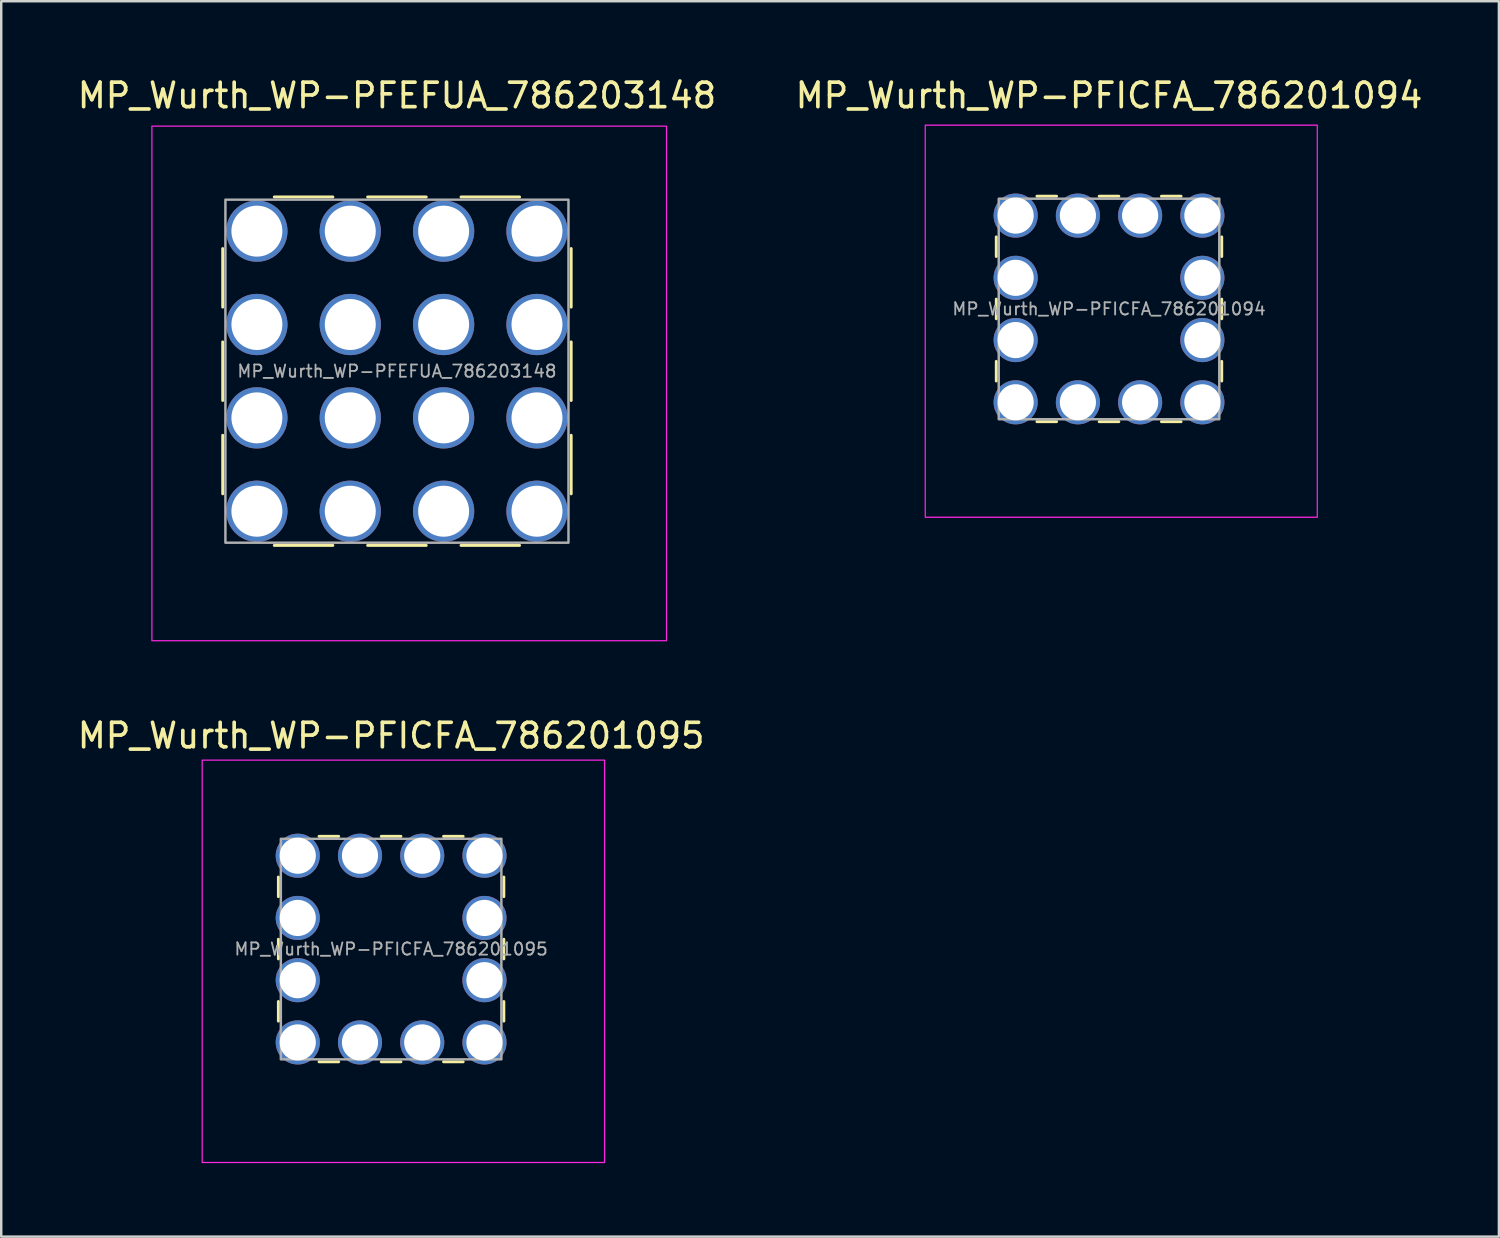
<source format=kicad_pcb>
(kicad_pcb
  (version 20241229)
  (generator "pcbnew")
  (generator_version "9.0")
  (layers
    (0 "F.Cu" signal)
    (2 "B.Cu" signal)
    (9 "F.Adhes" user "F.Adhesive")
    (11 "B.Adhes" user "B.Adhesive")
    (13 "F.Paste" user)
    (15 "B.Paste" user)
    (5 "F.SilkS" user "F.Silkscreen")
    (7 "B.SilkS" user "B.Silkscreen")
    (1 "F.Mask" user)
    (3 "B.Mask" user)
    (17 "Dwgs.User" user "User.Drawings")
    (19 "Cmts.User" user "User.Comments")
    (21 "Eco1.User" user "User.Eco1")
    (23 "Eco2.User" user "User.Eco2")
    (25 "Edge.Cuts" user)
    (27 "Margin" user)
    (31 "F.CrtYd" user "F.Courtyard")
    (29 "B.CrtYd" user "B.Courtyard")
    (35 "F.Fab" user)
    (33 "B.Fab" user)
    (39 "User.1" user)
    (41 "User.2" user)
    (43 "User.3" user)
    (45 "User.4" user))
  (footprint "MP_Wurth_WP-PFICFA_786201094"
    (layer "F.Cu")
    (at 42.208 9.558)
    (property "Reference" "MP_Wurth_WP-PFICFA_786201094" (at 0 -8.71 0) (unlocked yes) (layer "F.SilkS") (effects (font (size 1 1) (thickness 0.15))))
    (attr through_hole)
    (fp_line (start -4.6 -2.14) (end -4.6 -2.94) (stroke (width 0.12) (type solid)) (layer "F.SilkS"))
    (fp_line (start -4.6 0.4) (end -4.6 -0.4) (stroke (width 0.12) (type solid)) (layer "F.SilkS"))
    (fp_line (start -4.6 2.94) (end -4.6 2.14) (stroke (width 0.12) (type solid)) (layer "F.SilkS"))
    (fp_line (start -2.94 -4.6) (end -2.14 -4.6) (stroke (width 0.12) (type solid)) (layer "F.SilkS"))
    (fp_line (start -2.14 4.6) (end -2.94 4.6) (stroke (width 0.12) (type solid)) (layer "F.SilkS"))
    (fp_line (start -0.4 -4.6) (end 0.4 -4.6) (stroke (width 0.12) (type solid)) (layer "F.SilkS"))
    (fp_line (start 0.4 4.6) (end -0.4 4.6) (stroke (width 0.12) (type solid)) (layer "F.SilkS"))
    (fp_line (start 2.14 -4.6) (end 2.94 -4.6) (stroke (width 0.12) (type solid)) (layer "F.SilkS"))
    (fp_line (start 2.94 4.6) (end 2.14 4.6) (stroke (width 0.12) (type solid)) (layer "F.SilkS"))
    (fp_line (start 4.6 -2.94) (end 4.6 -2.14) (stroke (width 0.12) (type solid)) (layer "F.SilkS"))
    (fp_line (start 4.6 -0.4) (end 4.6 0.4) (stroke (width 0.12) (type solid)) (layer "F.SilkS"))
    (fp_line (start 4.6 2.14) (end 4.6 2.94) (stroke (width 0.12) (type solid)) (layer "F.SilkS"))
    (fp_rect (start -7.5 -7.5) (end 8.5 8.5) (stroke (width 0.05) (type solid)) (fill no) (layer "F.CrtYd"))
    (fp_rect (start -4.5 -4.5) (end 4.5 4.5) (stroke (width 0.1) (type solid)) (fill no) (layer "F.Fab"))
    (fp_text user "${REFERENCE}" (at 0 0 0) (unlocked yes) (layer "F.Fab") (effects (font (size 0.5 0.5) (thickness 0.075))))
    (pad "1" thru_hole circle (at -3.81 -3.81) (size 1.8 1.8) (drill 1.475) (layers "*.Cu" "*.Mask"))
    (pad "1" thru_hole circle (at -3.81 -1.27) (size 1.8 1.8) (drill 1.475) (layers "*.Cu" "*.Mask"))
    (pad "1" thru_hole circle (at -3.81 1.27) (size 1.8 1.8) (drill 1.475) (layers "*.Cu" "*.Mask"))
    (pad "1" thru_hole circle (at -3.81 3.81) (size 1.8 1.8) (drill 1.475) (layers "*.Cu" "*.Mask"))
    (pad "1" thru_hole circle (at -1.27 -3.81) (size 1.8 1.8) (drill 1.475) (layers "*.Cu" "*.Mask"))
    (pad "1" thru_hole circle (at -1.27 3.81) (size 1.8 1.8) (drill 1.475) (layers "*.Cu" "*.Mask"))
    (pad "1" thru_hole circle (at 1.27 -3.81) (size 1.8 1.8) (drill 1.475) (layers "*.Cu" "*.Mask"))
    (pad "1" thru_hole circle (at 1.27 3.81) (size 1.8 1.8) (drill 1.475) (layers "*.Cu" "*.Mask"))
    (pad "1" thru_hole circle (at 3.81 -3.81) (size 1.8 1.8) (drill 1.475) (layers "*.Cu" "*.Mask"))
    (pad "1" thru_hole circle (at 3.81 -1.27) (size 1.8 1.8) (drill 1.475) (layers "*.Cu" "*.Mask"))
    (pad "1" thru_hole circle (at 3.81 1.27) (size 1.8 1.8) (drill 1.475) (layers "*.Cu" "*.Mask"))
    (pad "1" thru_hole circle (at 3.81 3.81) (size 1.8 1.8) (drill 1.475) (layers "*.Cu" "*.Mask")))
  (footprint "MP_Wurth_WP-PFICFA_786201095"
    (layer "F.Cu")
    (at 12.911 35.681)
    (property "Reference" "MP_Wurth_WP-PFICFA_786201095" (at 0 -8.71 0) (unlocked yes) (layer "F.SilkS") (effects (font (size 1 1) (thickness 0.15))))
    (attr through_hole)
    (fp_line (start -4.6 -2.14) (end -4.6 -2.94) (stroke (width 0.12) (type solid)) (layer "F.SilkS"))
    (fp_line (start -4.6 0.4) (end -4.6 -0.4) (stroke (width 0.12) (type solid)) (layer "F.SilkS"))
    (fp_line (start -4.6 2.94) (end -4.6 2.14) (stroke (width 0.12) (type solid)) (layer "F.SilkS"))
    (fp_line (start -2.94 -4.6) (end -2.14 -4.6) (stroke (width 0.12) (type solid)) (layer "F.SilkS"))
    (fp_line (start -2.14 4.6) (end -2.94 4.6) (stroke (width 0.12) (type solid)) (layer "F.SilkS"))
    (fp_line (start -0.4 -4.6) (end 0.4 -4.6) (stroke (width 0.12) (type solid)) (layer "F.SilkS"))
    (fp_line (start 0.4 4.6) (end -0.4 4.6) (stroke (width 0.12) (type solid)) (layer "F.SilkS"))
    (fp_line (start 2.14 -4.6) (end 2.94 -4.6) (stroke (width 0.12) (type solid)) (layer "F.SilkS"))
    (fp_line (start 2.94 4.6) (end 2.14 4.6) (stroke (width 0.12) (type solid)) (layer "F.SilkS"))
    (fp_line (start 4.6 -2.94) (end 4.6 -2.14) (stroke (width 0.12) (type solid)) (layer "F.SilkS"))
    (fp_line (start 4.6 -0.4) (end 4.6 0.4) (stroke (width 0.12) (type solid)) (layer "F.SilkS"))
    (fp_line (start 4.6 2.14) (end 4.6 2.94) (stroke (width 0.12) (type solid)) (layer "F.SilkS"))
    (fp_rect (start -7.71 -7.71) (end 8.71 8.71) (stroke (width 0.05) (type solid)) (fill no) (layer "F.CrtYd"))
    (fp_rect (start -4.5 -4.5) (end 4.5 4.5) (stroke (width 0.1) (type solid)) (fill no) (layer "F.Fab"))
    (fp_text user "${REFERENCE}" (at 0 0 0) (unlocked yes) (layer "F.Fab") (effects (font (size 0.5 0.5) (thickness 0.075))))
    (pad "1" thru_hole circle (at -3.81 -3.81) (size 1.8 1.8) (drill 1.475) (layers "*.Cu" "*.Mask"))
    (pad "1" thru_hole circle (at -3.81 -1.27) (size 1.8 1.8) (drill 1.475) (layers "*.Cu" "*.Mask"))
    (pad "1" thru_hole circle (at -3.81 1.27) (size 1.8 1.8) (drill 1.475) (layers "*.Cu" "*.Mask"))
    (pad "1" thru_hole circle (at -3.81 3.81) (size 1.8 1.8) (drill 1.475) (layers "*.Cu" "*.Mask"))
    (pad "1" thru_hole circle (at -1.27 -3.81) (size 1.8 1.8) (drill 1.475) (layers "*.Cu" "*.Mask"))
    (pad "1" thru_hole circle (at -1.27 3.81) (size 1.8 1.8) (drill 1.475) (layers "*.Cu" "*.Mask"))
    (pad "1" thru_hole circle (at 1.27 -3.81) (size 1.8 1.8) (drill 1.475) (layers "*.Cu" "*.Mask"))
    (pad "1" thru_hole circle (at 1.27 3.81) (size 1.8 1.8) (drill 1.475) (layers "*.Cu" "*.Mask"))
    (pad "1" thru_hole circle (at 3.81 -3.81) (size 1.8 1.8) (drill 1.475) (layers "*.Cu" "*.Mask"))
    (pad "1" thru_hole circle (at 3.81 -1.27) (size 1.8 1.8) (drill 1.475) (layers "*.Cu" "*.Mask"))
    (pad "1" thru_hole circle (at 3.81 1.27) (size 1.8 1.8) (drill 1.475) (layers "*.Cu" "*.Mask"))
    (pad "1" thru_hole circle (at 3.81 3.81) (size 1.8 1.8) (drill 1.475) (layers "*.Cu" "*.Mask")))
  (footprint "MP_Wurth_WP-PFEFUA_786203148"
    (layer "F.Cu")
    (at 13.149 12.098)
    (property "Reference" "MP_Wurth_WP-PFEFUA_786203148" (at 0 -11.25 0) (unlocked yes) (layer "F.SilkS") (effects (font (size 1 1) (thickness 0.15))))
    (attr through_hole)
    (fp_line (start -7.11 -5.005) (end -7.11 -2.615) (stroke (width 0.12) (type default)) (layer "F.SilkS"))
    (fp_line (start -7.11 -1.195) (end -7.11 1.195) (stroke (width 0.12) (type default)) (layer "F.SilkS"))
    (fp_line (start -7.11 2.615) (end -7.11 5.005) (stroke (width 0.12) (type default)) (layer "F.SilkS"))
    (fp_line (start -5.005 -7.11) (end -2.615 -7.11) (stroke (width 0.12) (type default)) (layer "F.SilkS"))
    (fp_line (start -5.005 7.11) (end -2.615 7.11) (stroke (width 0.12) (type default)) (layer "F.SilkS"))
    (fp_line (start -1.195 -7.11) (end 1.195 -7.11) (stroke (width 0.12) (type default)) (layer "F.SilkS"))
    (fp_line (start -1.195 7.11) (end 1.195 7.11) (stroke (width 0.12) (type default)) (layer "F.SilkS"))
    (fp_line (start 2.615 -7.11) (end 5.005 -7.11) (stroke (width 0.12) (type default)) (layer "F.SilkS"))
    (fp_line (start 2.615 7.11) (end 5.005 7.11) (stroke (width 0.12) (type default)) (layer "F.SilkS"))
    (fp_line (start 7.11 -5.005) (end 7.11 -2.615) (stroke (width 0.12) (type default)) (layer "F.SilkS"))
    (fp_line (start 7.11 -1.195) (end 7.11 1.195) (stroke (width 0.12) (type default)) (layer "F.SilkS"))
    (fp_line (start 7.11 2.615) (end 7.11 5.005) (stroke (width 0.12) (type default)) (layer "F.SilkS"))
    (fp_rect (start -10 -10) (end 11 11) (stroke (width 0.05) (type solid)) (fill no) (layer "F.CrtYd"))
    (fp_rect (start -7 -7) (end 7 7) (stroke (width 0.1) (type solid)) (fill no) (layer "F.Fab"))
    (fp_text user "${REFERENCE}" (at 0 0 0) (unlocked yes) (layer "F.Fab") (effects (font (size 0.5 0.5) (thickness 0.075))))
    (pad "1" thru_hole circle (at -5.715 -5.715) (size 2.5 2.5) (drill 2.08) (layers "*.Cu" "*.Mask"))
    (pad "1" thru_hole circle (at -5.715 -1.905) (size 2.5 2.5) (drill 2.08) (layers "*.Cu" "*.Mask"))
    (pad "1" thru_hole circle (at -5.715 1.905) (size 2.5 2.5) (drill 2.08) (layers "*.Cu" "*.Mask"))
    (pad "1" thru_hole circle (at -5.715 5.715) (size 2.5 2.5) (drill 2.08) (layers "*.Cu" "*.Mask"))
    (pad "1" thru_hole circle (at -1.905 -5.715) (size 2.5 2.5) (drill 2.08) (layers "*.Cu" "*.Mask"))
    (pad "1" thru_hole circle (at -1.905 -1.905) (size 2.5 2.5) (drill 2.08) (layers "*.Cu" "*.Mask"))
    (pad "1" thru_hole circle (at -1.905 1.905) (size 2.5 2.5) (drill 2.08) (layers "*.Cu" "*.Mask"))
    (pad "1" thru_hole circle (at -1.905 5.715) (size 2.5 2.5) (drill 2.08) (layers "*.Cu" "*.Mask"))
    (pad "1" thru_hole circle (at 1.905 -5.715) (size 2.5 2.5) (drill 2.08) (layers "*.Cu" "*.Mask"))
    (pad "1" thru_hole circle (at 1.905 -1.905) (size 2.5 2.5) (drill 2.08) (layers "*.Cu" "*.Mask"))
    (pad "1" thru_hole circle (at 1.905 1.905) (size 2.5 2.5) (drill 2.08) (layers "*.Cu" "*.Mask"))
    (pad "1" thru_hole circle (at 1.905 5.715) (size 2.5 2.5) (drill 2.08) (layers "*.Cu" "*.Mask"))
    (pad "1" thru_hole circle (at 5.715 -5.715) (size 2.5 2.5) (drill 2.08) (layers "*.Cu" "*.Mask"))
    (pad "1" thru_hole circle (at 5.715 -1.905) (size 2.5 2.5) (drill 2.08) (layers "*.Cu" "*.Mask"))
    (pad "1" thru_hole circle (at 5.715 1.905) (size 2.5 2.5) (drill 2.08) (layers "*.Cu" "*.Mask"))
    (pad "1" thru_hole circle (at 5.715 5.715) (size 2.5 2.5) (drill 2.08) (layers "*.Cu" "*.Mask")))
  (gr_rect
    (start -3 -3)
    (end 58.119 47.416)
    (stroke (width 0.1) (type default))
    (fill no)
    (layer "Edge.Cuts")))
</source>
